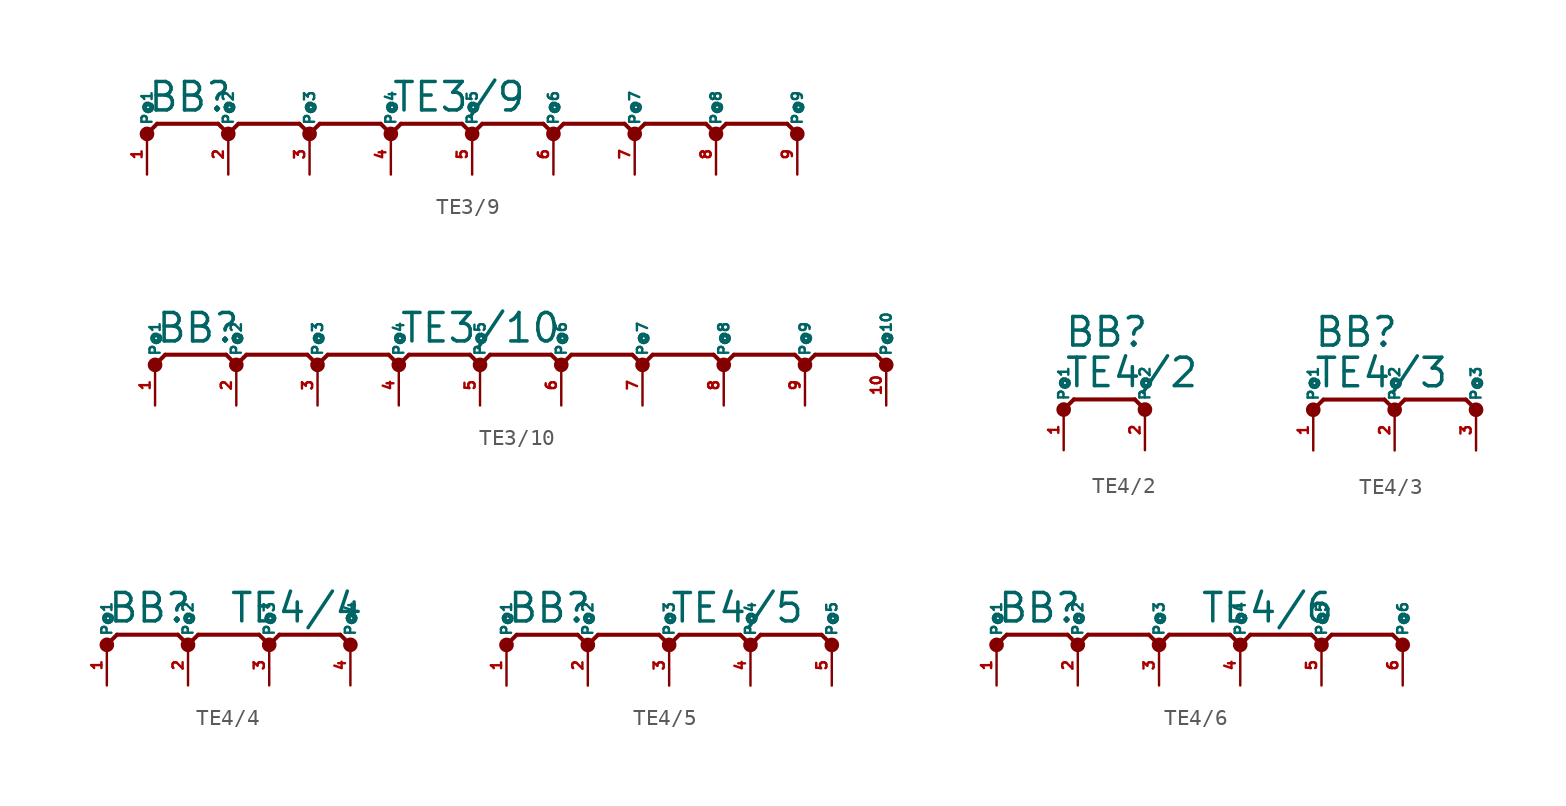
<source format=kicad_sym>
(kicad_symbol_lib
  (version 20220914)
  (generator Eagle2Kicad)
  (symbol "TE3/9"
    (property "Reference" "BB"
      (at -20.32 1.27 0)
      (effects (font (size 1.778 1.778) (thickness 0.22)) (justify left bottom)))
    (property "Value" "TE3/9"
      (at -5.08 1.27 0)
      (effects (font (size 1.778 1.778) (thickness 0.22)) (justify left bottom)))
    (polyline
      (pts (xy -15.24 0) (xy -15.875 0.635))
      (stroke (width 0.254) (type default))
      (fill (type none)))
    (polyline
      (pts (xy -15.875 0.635) (xy -19.685 0.635))
      (stroke (width 0.254) (type default))
      (fill (type none)))
    (polyline
      (pts (xy -19.685 0.635) (xy -20.32 0))
      (stroke (width 0.254) (type default))
      (fill (type none)))
    (polyline
      (pts (xy 20.32 0) (xy 19.685 0.635))
      (stroke (width 0.254) (type default))
      (fill (type none)))
    (polyline
      (pts (xy 19.685 0.635) (xy 15.875 0.635))
      (stroke (width 0.254) (type default))
      (fill (type none)))
    (polyline
      (pts (xy 15.875 0.635) (xy 15.24 0))
      (stroke (width 0.254) (type default))
      (fill (type none)))
    (polyline
      (pts (xy 15.24 0) (xy 14.605 0.635))
      (stroke (width 0.254) (type default))
      (fill (type none)))
    (polyline
      (pts (xy 14.605 0.635) (xy 10.795 0.635))
      (stroke (width 0.254) (type default))
      (fill (type none)))
    (polyline
      (pts (xy 10.795 0.635) (xy 10.16 0))
      (stroke (width 0.254) (type default))
      (fill (type none)))
    (polyline
      (pts (xy 10.16 0) (xy 9.525 0.635))
      (stroke (width 0.254) (type default))
      (fill (type none)))
    (polyline
      (pts (xy 9.525 0.635) (xy 5.715 0.635))
      (stroke (width 0.254) (type default))
      (fill (type none)))
    (polyline
      (pts (xy 5.715 0.635) (xy 5.08 0))
      (stroke (width 0.254) (type default))
      (fill (type none)))
    (polyline
      (pts (xy 5.08 0) (xy 4.445 0.635))
      (stroke (width 0.254) (type default))
      (fill (type none)))
    (polyline
      (pts (xy 4.445 0.635) (xy 0.635 0.635))
      (stroke (width 0.254) (type default))
      (fill (type none)))
    (polyline
      (pts (xy 0.635 0.635) (xy 0 0))
      (stroke (width 0.254) (type default))
      (fill (type none)))
    (polyline
      (pts (xy 0 0) (xy -0.635 0.635))
      (stroke (width 0.254) (type default))
      (fill (type none)))
    (polyline
      (pts (xy -0.635 0.635) (xy -4.445 0.635))
      (stroke (width 0.254) (type default))
      (fill (type none)))
    (polyline
      (pts (xy -4.445 0.635) (xy -5.08 0))
      (stroke (width 0.254) (type default))
      (fill (type none)))
    (polyline
      (pts (xy -5.08 0) (xy -5.715 0.635))
      (stroke (width 0.254) (type default))
      (fill (type none)))
    (polyline
      (pts (xy -5.715 0.635) (xy -9.525 0.635))
      (stroke (width 0.254) (type default))
      (fill (type none)))
    (polyline
      (pts (xy -9.525 0.635) (xy -10.16 0))
      (stroke (width 0.254) (type default))
      (fill (type none)))
    (polyline
      (pts (xy -10.16 0) (xy -10.795 0.635))
      (stroke (width 0.254) (type default))
      (fill (type none)))
    (polyline
      (pts (xy -10.795 0.635) (xy -14.605 0.635))
      (stroke (width 0.254) (type default))
      (fill (type none)))
    (polyline
      (pts (xy -14.605 0.635) (xy -15.24 0))
      (stroke (width 0.254) (type default))
      (fill (type none)))
    (circle
      (center -20.32 0)
      (radius 0.254)
      (stroke (width 0.406) (type default))
      (fill (type none)))
    (circle
      (center -15.24 0)
      (radius 0.254)
      (stroke (width 0.406) (type default))
      (fill (type none)))
    (circle
      (center -10.16 0)
      (radius 0.254)
      (stroke (width 0.406) (type default))
      (fill (type none)))
    (circle
      (center -5.08 0)
      (radius 0.254)
      (stroke (width 0.406) (type default))
      (fill (type none)))
    (circle
      (center 0 0)
      (radius 0.254)
      (stroke (width 0.406) (type default))
      (fill (type none)))
    (circle
      (center 5.08 0)
      (radius 0.254)
      (stroke (width 0.406) (type default))
      (fill (type none)))
    (circle
      (center 10.16 0)
      (radius 0.254)
      (stroke (width 0.406) (type default))
      (fill (type none)))
    (circle
      (center 15.24 0)
      (radius 0.254)
      (stroke (width 0.406) (type default))
      (fill (type none)))
    (circle
      (center 20.32 0)
      (radius 0.254)
      (stroke (width 0.406) (type default))
      (fill (type none)))
    (pin passive line
      (at -20.32 -2.54 90)
      (length 2.54)
      (name "P@1" (effects (font (size 0.635 0.635) (thickness 0.08)) (justify left bottom)))
      (number "1" (effects (font (size 0.635 0.635) (thickness 0.08)) (justify left bottom))))
    (pin passive line
      (at -15.24 -2.54 90)
      (length 2.54)
      (name "P@2" (effects (font (size 0.635 0.635) (thickness 0.08)) (justify left bottom)))
      (number "2" (effects (font (size 0.635 0.635) (thickness 0.08)) (justify left bottom))))
    (pin passive line
      (at -10.16 -2.54 90)
      (length 2.54)
      (name "P@3" (effects (font (size 0.635 0.635) (thickness 0.08)) (justify left bottom)))
      (number "3" (effects (font (size 0.635 0.635) (thickness 0.08)) (justify left bottom))))
    (pin passive line
      (at -5.08 -2.54 90)
      (length 2.54)
      (name "P@4" (effects (font (size 0.635 0.635) (thickness 0.08)) (justify left bottom)))
      (number "4" (effects (font (size 0.635 0.635) (thickness 0.08)) (justify left bottom))))
    (pin passive line
      (at 0 -2.54 90)
      (length 2.54)
      (name "P@5" (effects (font (size 0.635 0.635) (thickness 0.08)) (justify left bottom)))
      (number "5" (effects (font (size 0.635 0.635) (thickness 0.08)) (justify left bottom))))
    (pin passive line
      (at 5.08 -2.54 90)
      (length 2.54)
      (name "P@6" (effects (font (size 0.635 0.635) (thickness 0.08)) (justify left bottom)))
      (number "6" (effects (font (size 0.635 0.635) (thickness 0.08)) (justify left bottom))))
    (pin passive line
      (at 10.16 -2.54 90)
      (length 2.54)
      (name "P@7" (effects (font (size 0.635 0.635) (thickness 0.08)) (justify left bottom)))
      (number "7" (effects (font (size 0.635 0.635) (thickness 0.08)) (justify left bottom))))
    (pin passive line
      (at 15.24 -2.54 90)
      (length 2.54)
      (name "P@8" (effects (font (size 0.635 0.635) (thickness 0.08)) (justify left bottom)))
      (number "8" (effects (font (size 0.635 0.635) (thickness 0.08)) (justify left bottom))))
    (pin passive line
      (at 20.32 -2.54 90)
      (length 2.54)
      (name "P@9" (effects (font (size 0.635 0.635) (thickness 0.08)) (justify left bottom)))
      (number "9" (effects (font (size 0.635 0.635) (thickness 0.08)) (justify left bottom)))))
  (symbol "TE3/10"
    (property "Reference" "BB"
      (at -22.86 1.27 0)
      (effects (font (size 1.778 1.778) (thickness 0.22)) (justify left bottom)))
    (property "Value" "TE3/10"
      (at -7.62 1.27 0)
      (effects (font (size 1.778 1.778) (thickness 0.22)) (justify left bottom)))
    (polyline
      (pts (xy -17.78 0) (xy -18.415 0.635))
      (stroke (width 0.254) (type default))
      (fill (type none)))
    (polyline
      (pts (xy -18.415 0.635) (xy -22.225 0.635))
      (stroke (width 0.254) (type default))
      (fill (type none)))
    (polyline
      (pts (xy -22.225 0.635) (xy -22.86 0))
      (stroke (width 0.254) (type default))
      (fill (type none)))
    (polyline
      (pts (xy 22.86 0) (xy 22.225 0.635))
      (stroke (width 0.254) (type default))
      (fill (type none)))
    (polyline
      (pts (xy 22.225 0.635) (xy 18.415 0.635))
      (stroke (width 0.254) (type default))
      (fill (type none)))
    (polyline
      (pts (xy 18.415 0.635) (xy 17.78 0))
      (stroke (width 0.254) (type default))
      (fill (type none)))
    (polyline
      (pts (xy 17.78 0) (xy 17.145 0.635))
      (stroke (width 0.254) (type default))
      (fill (type none)))
    (polyline
      (pts (xy 17.145 0.635) (xy 13.335 0.635))
      (stroke (width 0.254) (type default))
      (fill (type none)))
    (polyline
      (pts (xy 13.335 0.635) (xy 12.7 0))
      (stroke (width 0.254) (type default))
      (fill (type none)))
    (polyline
      (pts (xy 12.7 0) (xy 12.065 0.635))
      (stroke (width 0.254) (type default))
      (fill (type none)))
    (polyline
      (pts (xy 12.065 0.635) (xy 8.255 0.635))
      (stroke (width 0.254) (type default))
      (fill (type none)))
    (polyline
      (pts (xy 8.255 0.635) (xy 7.62 0))
      (stroke (width 0.254) (type default))
      (fill (type none)))
    (polyline
      (pts (xy 7.62 0) (xy 6.985 0.635))
      (stroke (width 0.254) (type default))
      (fill (type none)))
    (polyline
      (pts (xy 6.985 0.635) (xy 3.175 0.635))
      (stroke (width 0.254) (type default))
      (fill (type none)))
    (polyline
      (pts (xy 3.175 0.635) (xy 2.54 0))
      (stroke (width 0.254) (type default))
      (fill (type none)))
    (polyline
      (pts (xy 2.54 0) (xy 1.905 0.635))
      (stroke (width 0.254) (type default))
      (fill (type none)))
    (polyline
      (pts (xy 1.905 0.635) (xy -1.905 0.635))
      (stroke (width 0.254) (type default))
      (fill (type none)))
    (polyline
      (pts (xy -1.905 0.635) (xy -2.54 0))
      (stroke (width 0.254) (type default))
      (fill (type none)))
    (polyline
      (pts (xy -2.54 0) (xy -3.175 0.635))
      (stroke (width 0.254) (type default))
      (fill (type none)))
    (polyline
      (pts (xy -3.175 0.635) (xy -6.985 0.635))
      (stroke (width 0.254) (type default))
      (fill (type none)))
    (polyline
      (pts (xy -6.985 0.635) (xy -7.62 0))
      (stroke (width 0.254) (type default))
      (fill (type none)))
    (polyline
      (pts (xy -7.62 0) (xy -8.255 0.635))
      (stroke (width 0.254) (type default))
      (fill (type none)))
    (polyline
      (pts (xy -8.255 0.635) (xy -12.065 0.635))
      (stroke (width 0.254) (type default))
      (fill (type none)))
    (polyline
      (pts (xy -12.065 0.635) (xy -12.7 0))
      (stroke (width 0.254) (type default))
      (fill (type none)))
    (polyline
      (pts (xy -12.7 0) (xy -13.335 0.635))
      (stroke (width 0.254) (type default))
      (fill (type none)))
    (polyline
      (pts (xy -13.335 0.635) (xy -17.145 0.635))
      (stroke (width 0.254) (type default))
      (fill (type none)))
    (polyline
      (pts (xy -17.145 0.635) (xy -17.78 0))
      (stroke (width 0.254) (type default))
      (fill (type none)))
    (circle
      (center -22.86 0)
      (radius 0.254)
      (stroke (width 0.406) (type default))
      (fill (type none)))
    (circle
      (center -17.78 0)
      (radius 0.254)
      (stroke (width 0.406) (type default))
      (fill (type none)))
    (circle
      (center -12.7 0)
      (radius 0.254)
      (stroke (width 0.406) (type default))
      (fill (type none)))
    (circle
      (center -7.62 0)
      (radius 0.254)
      (stroke (width 0.406) (type default))
      (fill (type none)))
    (circle
      (center -2.54 0)
      (radius 0.254)
      (stroke (width 0.406) (type default))
      (fill (type none)))
    (circle
      (center 2.54 0)
      (radius 0.254)
      (stroke (width 0.406) (type default))
      (fill (type none)))
    (circle
      (center 7.62 0)
      (radius 0.254)
      (stroke (width 0.406) (type default))
      (fill (type none)))
    (circle
      (center 12.7 0)
      (radius 0.254)
      (stroke (width 0.406) (type default))
      (fill (type none)))
    (circle
      (center 17.78 0)
      (radius 0.254)
      (stroke (width 0.406) (type default))
      (fill (type none)))
    (circle
      (center 22.86 0)
      (radius 0.254)
      (stroke (width 0.406) (type default))
      (fill (type none)))
    (pin passive line
      (at -22.86 -2.54 90)
      (length 2.54)
      (name "P@1" (effects (font (size 0.635 0.635) (thickness 0.08)) (justify left bottom)))
      (number "1" (effects (font (size 0.635 0.635) (thickness 0.08)) (justify left bottom))))
    (pin passive line
      (at -17.78 -2.54 90)
      (length 2.54)
      (name "P@2" (effects (font (size 0.635 0.635) (thickness 0.08)) (justify left bottom)))
      (number "2" (effects (font (size 0.635 0.635) (thickness 0.08)) (justify left bottom))))
    (pin passive line
      (at -12.7 -2.54 90)
      (length 2.54)
      (name "P@3" (effects (font (size 0.635 0.635) (thickness 0.08)) (justify left bottom)))
      (number "3" (effects (font (size 0.635 0.635) (thickness 0.08)) (justify left bottom))))
    (pin passive line
      (at -7.62 -2.54 90)
      (length 2.54)
      (name "P@4" (effects (font (size 0.635 0.635) (thickness 0.08)) (justify left bottom)))
      (number "4" (effects (font (size 0.635 0.635) (thickness 0.08)) (justify left bottom))))
    (pin passive line
      (at -2.54 -2.54 90)
      (length 2.54)
      (name "P@5" (effects (font (size 0.635 0.635) (thickness 0.08)) (justify left bottom)))
      (number "5" (effects (font (size 0.635 0.635) (thickness 0.08)) (justify left bottom))))
    (pin passive line
      (at 2.54 -2.54 90)
      (length 2.54)
      (name "P@6" (effects (font (size 0.635 0.635) (thickness 0.08)) (justify left bottom)))
      (number "6" (effects (font (size 0.635 0.635) (thickness 0.08)) (justify left bottom))))
    (pin passive line
      (at 7.62 -2.54 90)
      (length 2.54)
      (name "P@7" (effects (font (size 0.635 0.635) (thickness 0.08)) (justify left bottom)))
      (number "7" (effects (font (size 0.635 0.635) (thickness 0.08)) (justify left bottom))))
    (pin passive line
      (at 12.7 -2.54 90)
      (length 2.54)
      (name "P@8" (effects (font (size 0.635 0.635) (thickness 0.08)) (justify left bottom)))
      (number "8" (effects (font (size 0.635 0.635) (thickness 0.08)) (justify left bottom))))
    (pin passive line
      (at 17.78 -2.54 90)
      (length 2.54)
      (name "P@9" (effects (font (size 0.635 0.635) (thickness 0.08)) (justify left bottom)))
      (number "9" (effects (font (size 0.635 0.635) (thickness 0.08)) (justify left bottom))))
    (pin passive line
      (at 22.86 -2.54 90)
      (length 2.54)
      (name "P@10" (effects (font (size 0.635 0.635) (thickness 0.08)) (justify left bottom)))
      (number "10" (effects (font (size 0.635 0.635) (thickness 0.08)) (justify left bottom)))))
  (symbol "TE4/2"
    (property "Reference" "BB"
      (at -2.54 3.81 0)
      (effects (font (size 1.778 1.778) (thickness 0.22)) (justify left bottom)))
    (property "Value" "TE4/2"
      (at -2.54 1.27 0)
      (effects (font (size 1.778 1.778) (thickness 0.22)) (justify left bottom)))
    (polyline
      (pts (xy 2.54 0) (xy 1.905 0.635))
      (stroke (width 0.254) (type default))
      (fill (type none)))
    (polyline
      (pts (xy 1.905 0.635) (xy -1.905 0.635))
      (stroke (width 0.254) (type default))
      (fill (type none)))
    (polyline
      (pts (xy -1.905 0.635) (xy -2.54 0))
      (stroke (width 0.254) (type default))
      (fill (type none)))
    (circle
      (center -2.54 0)
      (radius 0.254)
      (stroke (width 0.406) (type default))
      (fill (type none)))
    (circle
      (center 2.54 0)
      (radius 0.254)
      (stroke (width 0.406) (type default))
      (fill (type none)))
    (pin passive line
      (at -2.54 -2.54 90)
      (length 2.54)
      (name "P@1" (effects (font (size 0.635 0.635) (thickness 0.08)) (justify left bottom)))
      (number "1" (effects (font (size 0.635 0.635) (thickness 0.08)) (justify left bottom))))
    (pin passive line
      (at 2.54 -2.54 90)
      (length 2.54)
      (name "P@2" (effects (font (size 0.635 0.635) (thickness 0.08)) (justify left bottom)))
      (number "2" (effects (font (size 0.635 0.635) (thickness 0.08)) (justify left bottom)))))
  (symbol "TE4/3"
    (property "Reference" "BB"
      (at -5.08 3.81 0)
      (effects (font (size 1.778 1.778) (thickness 0.22)) (justify left bottom)))
    (property "Value" "TE4/3"
      (at -5.08 1.27 0)
      (effects (font (size 1.778 1.778) (thickness 0.22)) (justify left bottom)))
    (polyline
      (pts (xy 5.08 0) (xy 4.445 0.635))
      (stroke (width 0.254) (type default))
      (fill (type none)))
    (polyline
      (pts (xy 4.445 0.635) (xy 0.635 0.635))
      (stroke (width 0.254) (type default))
      (fill (type none)))
    (polyline
      (pts (xy 0.635 0.635) (xy 0 0))
      (stroke (width 0.254) (type default))
      (fill (type none)))
    (polyline
      (pts (xy 0 0) (xy -0.635 0.635))
      (stroke (width 0.254) (type default))
      (fill (type none)))
    (polyline
      (pts (xy -0.635 0.635) (xy -4.445 0.635))
      (stroke (width 0.254) (type default))
      (fill (type none)))
    (polyline
      (pts (xy -4.445 0.635) (xy -5.08 0))
      (stroke (width 0.254) (type default))
      (fill (type none)))
    (circle
      (center -5.08 0)
      (radius 0.254)
      (stroke (width 0.406) (type default))
      (fill (type none)))
    (circle
      (center 0 0)
      (radius 0.254)
      (stroke (width 0.406) (type default))
      (fill (type none)))
    (circle
      (center 5.08 0)
      (radius 0.254)
      (stroke (width 0.406) (type default))
      (fill (type none)))
    (pin passive line
      (at -5.08 -2.54 90)
      (length 2.54)
      (name "P@1" (effects (font (size 0.635 0.635) (thickness 0.08)) (justify left bottom)))
      (number "1" (effects (font (size 0.635 0.635) (thickness 0.08)) (justify left bottom))))
    (pin passive line
      (at 0 -2.54 90)
      (length 2.54)
      (name "P@2" (effects (font (size 0.635 0.635) (thickness 0.08)) (justify left bottom)))
      (number "2" (effects (font (size 0.635 0.635) (thickness 0.08)) (justify left bottom))))
    (pin passive line
      (at 5.08 -2.54 90)
      (length 2.54)
      (name "P@3" (effects (font (size 0.635 0.635) (thickness 0.08)) (justify left bottom)))
      (number "3" (effects (font (size 0.635 0.635) (thickness 0.08)) (justify left bottom)))))
  (symbol "TE4/4"
    (property "Reference" "BB"
      (at -7.62 1.27 0)
      (effects (font (size 1.778 1.778) (thickness 0.22)) (justify left bottom)))
    (property "Value" "TE4/4"
      (at 0 1.27 0)
      (effects (font (size 1.778 1.778) (thickness 0.22)) (justify left bottom)))
    (polyline
      (pts (xy 7.62 0) (xy 6.985 0.635))
      (stroke (width 0.254) (type default))
      (fill (type none)))
    (polyline
      (pts (xy 6.985 0.635) (xy 3.175 0.635))
      (stroke (width 0.254) (type default))
      (fill (type none)))
    (polyline
      (pts (xy 3.175 0.635) (xy 2.54 0))
      (stroke (width 0.254) (type default))
      (fill (type none)))
    (polyline
      (pts (xy 2.54 0) (xy 1.905 0.635))
      (stroke (width 0.254) (type default))
      (fill (type none)))
    (polyline
      (pts (xy 1.905 0.635) (xy -1.905 0.635))
      (stroke (width 0.254) (type default))
      (fill (type none)))
    (polyline
      (pts (xy -1.905 0.635) (xy -2.54 0))
      (stroke (width 0.254) (type default))
      (fill (type none)))
    (polyline
      (pts (xy -2.54 0) (xy -3.175 0.635))
      (stroke (width 0.254) (type default))
      (fill (type none)))
    (polyline
      (pts (xy -3.175 0.635) (xy -6.985 0.635))
      (stroke (width 0.254) (type default))
      (fill (type none)))
    (polyline
      (pts (xy -6.985 0.635) (xy -7.62 0))
      (stroke (width 0.254) (type default))
      (fill (type none)))
    (circle
      (center -7.62 0)
      (radius 0.254)
      (stroke (width 0.406) (type default))
      (fill (type none)))
    (circle
      (center -2.54 0)
      (radius 0.254)
      (stroke (width 0.406) (type default))
      (fill (type none)))
    (circle
      (center 2.54 0)
      (radius 0.254)
      (stroke (width 0.406) (type default))
      (fill (type none)))
    (circle
      (center 7.62 0)
      (radius 0.254)
      (stroke (width 0.406) (type default))
      (fill (type none)))
    (pin passive line
      (at -7.62 -2.54 90)
      (length 2.54)
      (name "P@1" (effects (font (size 0.635 0.635) (thickness 0.08)) (justify left bottom)))
      (number "1" (effects (font (size 0.635 0.635) (thickness 0.08)) (justify left bottom))))
    (pin passive line
      (at -2.54 -2.54 90)
      (length 2.54)
      (name "P@2" (effects (font (size 0.635 0.635) (thickness 0.08)) (justify left bottom)))
      (number "2" (effects (font (size 0.635 0.635) (thickness 0.08)) (justify left bottom))))
    (pin passive line
      (at 2.54 -2.54 90)
      (length 2.54)
      (name "P@3" (effects (font (size 0.635 0.635) (thickness 0.08)) (justify left bottom)))
      (number "3" (effects (font (size 0.635 0.635) (thickness 0.08)) (justify left bottom))))
    (pin passive line
      (at 7.62 -2.54 90)
      (length 2.54)
      (name "P@4" (effects (font (size 0.635 0.635) (thickness 0.08)) (justify left bottom)))
      (number "4" (effects (font (size 0.635 0.635) (thickness 0.08)) (justify left bottom)))))
  (symbol "TE4/5"
    (property "Reference" "BB"
      (at -10.16 1.27 0)
      (effects (font (size 1.778 1.778) (thickness 0.22)) (justify left bottom)))
    (property "Value" "TE4/5"
      (at 0 1.27 0)
      (effects (font (size 1.778 1.778) (thickness 0.22)) (justify left bottom)))
    (polyline
      (pts (xy 5.08 0) (xy 4.445 0.635))
      (stroke (width 0.254) (type default))
      (fill (type none)))
    (polyline
      (pts (xy 4.445 0.635) (xy 0.635 0.635))
      (stroke (width 0.254) (type default))
      (fill (type none)))
    (polyline
      (pts (xy 0.635 0.635) (xy 0 0))
      (stroke (width 0.254) (type default))
      (fill (type none)))
    (polyline
      (pts (xy 0 0) (xy -0.635 0.635))
      (stroke (width 0.254) (type default))
      (fill (type none)))
    (polyline
      (pts (xy -0.635 0.635) (xy -4.445 0.635))
      (stroke (width 0.254) (type default))
      (fill (type none)))
    (polyline
      (pts (xy -4.445 0.635) (xy -5.08 0))
      (stroke (width 0.254) (type default))
      (fill (type none)))
    (polyline
      (pts (xy -5.08 0) (xy -5.715 0.635))
      (stroke (width 0.254) (type default))
      (fill (type none)))
    (polyline
      (pts (xy -5.715 0.635) (xy -9.525 0.635))
      (stroke (width 0.254) (type default))
      (fill (type none)))
    (polyline
      (pts (xy -9.525 0.635) (xy -10.16 0))
      (stroke (width 0.254) (type default))
      (fill (type none)))
    (polyline
      (pts (xy 10.16 0) (xy 9.525 0.635))
      (stroke (width 0.254) (type default))
      (fill (type none)))
    (polyline
      (pts (xy 9.525 0.635) (xy 5.715 0.635))
      (stroke (width 0.254) (type default))
      (fill (type none)))
    (polyline
      (pts (xy 5.715 0.635) (xy 5.08 0))
      (stroke (width 0.254) (type default))
      (fill (type none)))
    (circle
      (center -10.16 0)
      (radius 0.254)
      (stroke (width 0.406) (type default))
      (fill (type none)))
    (circle
      (center -5.08 0)
      (radius 0.254)
      (stroke (width 0.406) (type default))
      (fill (type none)))
    (circle
      (center 0 0)
      (radius 0.254)
      (stroke (width 0.406) (type default))
      (fill (type none)))
    (circle
      (center 5.08 0)
      (radius 0.254)
      (stroke (width 0.406) (type default))
      (fill (type none)))
    (circle
      (center 10.16 0)
      (radius 0.254)
      (stroke (width 0.406) (type default))
      (fill (type none)))
    (pin passive line
      (at -10.16 -2.54 90)
      (length 2.54)
      (name "P@1" (effects (font (size 0.635 0.635) (thickness 0.08)) (justify left bottom)))
      (number "1" (effects (font (size 0.635 0.635) (thickness 0.08)) (justify left bottom))))
    (pin passive line
      (at -5.08 -2.54 90)
      (length 2.54)
      (name "P@2" (effects (font (size 0.635 0.635) (thickness 0.08)) (justify left bottom)))
      (number "2" (effects (font (size 0.635 0.635) (thickness 0.08)) (justify left bottom))))
    (pin passive line
      (at 0 -2.54 90)
      (length 2.54)
      (name "P@3" (effects (font (size 0.635 0.635) (thickness 0.08)) (justify left bottom)))
      (number "3" (effects (font (size 0.635 0.635) (thickness 0.08)) (justify left bottom))))
    (pin passive line
      (at 5.08 -2.54 90)
      (length 2.54)
      (name "P@4" (effects (font (size 0.635 0.635) (thickness 0.08)) (justify left bottom)))
      (number "4" (effects (font (size 0.635 0.635) (thickness 0.08)) (justify left bottom))))
    (pin passive line
      (at 10.16 -2.54 90)
      (length 2.54)
      (name "P@5" (effects (font (size 0.635 0.635) (thickness 0.08)) (justify left bottom)))
      (number "5" (effects (font (size 0.635 0.635) (thickness 0.08)) (justify left bottom)))))
  (symbol "TE4/6"
    (property "Reference" "BB"
      (at -12.7 1.27 0)
      (effects (font (size 1.778 1.778) (thickness 0.22)) (justify left bottom)))
    (property "Value" "TE4/6"
      (at 0 1.27 0)
      (effects (font (size 1.778 1.778) (thickness 0.22)) (justify left bottom)))
    (polyline
      (pts (xy -7.62 0) (xy -8.255 0.635))
      (stroke (width 0.254) (type default))
      (fill (type none)))
    (polyline
      (pts (xy -8.255 0.635) (xy -12.065 0.635))
      (stroke (width 0.254) (type default))
      (fill (type none)))
    (polyline
      (pts (xy -12.065 0.635) (xy -12.7 0))
      (stroke (width 0.254) (type default))
      (fill (type none)))
    (polyline
      (pts (xy 12.7 0) (xy 12.065 0.635))
      (stroke (width 0.254) (type default))
      (fill (type none)))
    (polyline
      (pts (xy 12.065 0.635) (xy 8.255 0.635))
      (stroke (width 0.254) (type default))
      (fill (type none)))
    (polyline
      (pts (xy 8.255 0.635) (xy 7.62 0))
      (stroke (width 0.254) (type default))
      (fill (type none)))
    (polyline
      (pts (xy 7.62 0) (xy 6.985 0.635))
      (stroke (width 0.254) (type default))
      (fill (type none)))
    (polyline
      (pts (xy 6.985 0.635) (xy 3.175 0.635))
      (stroke (width 0.254) (type default))
      (fill (type none)))
    (polyline
      (pts (xy 3.175 0.635) (xy 2.54 0))
      (stroke (width 0.254) (type default))
      (fill (type none)))
    (polyline
      (pts (xy 2.54 0) (xy 1.905 0.635))
      (stroke (width 0.254) (type default))
      (fill (type none)))
    (polyline
      (pts (xy 1.905 0.635) (xy -1.905 0.635))
      (stroke (width 0.254) (type default))
      (fill (type none)))
    (polyline
      (pts (xy -1.905 0.635) (xy -2.54 0))
      (stroke (width 0.254) (type default))
      (fill (type none)))
    (polyline
      (pts (xy -2.54 0) (xy -3.175 0.635))
      (stroke (width 0.254) (type default))
      (fill (type none)))
    (polyline
      (pts (xy -3.175 0.635) (xy -6.985 0.635))
      (stroke (width 0.254) (type default))
      (fill (type none)))
    (polyline
      (pts (xy -6.985 0.635) (xy -7.62 0))
      (stroke (width 0.254) (type default))
      (fill (type none)))
    (circle
      (center -12.7 0)
      (radius 0.254)
      (stroke (width 0.406) (type default))
      (fill (type none)))
    (circle
      (center -7.62 0)
      (radius 0.254)
      (stroke (width 0.406) (type default))
      (fill (type none)))
    (circle
      (center -2.54 0)
      (radius 0.254)
      (stroke (width 0.406) (type default))
      (fill (type none)))
    (circle
      (center 2.54 0)
      (radius 0.254)
      (stroke (width 0.406) (type default))
      (fill (type none)))
    (circle
      (center 7.62 0)
      (radius 0.254)
      (stroke (width 0.406) (type default))
      (fill (type none)))
    (circle
      (center 12.7 0)
      (radius 0.254)
      (stroke (width 0.406) (type default))
      (fill (type none)))
    (pin passive line
      (at -12.7 -2.54 90)
      (length 2.54)
      (name "P@1" (effects (font (size 0.635 0.635) (thickness 0.08)) (justify left bottom)))
      (number "1" (effects (font (size 0.635 0.635) (thickness 0.08)) (justify left bottom))))
    (pin passive line
      (at -7.62 -2.54 90)
      (length 2.54)
      (name "P@2" (effects (font (size 0.635 0.635) (thickness 0.08)) (justify left bottom)))
      (number "2" (effects (font (size 0.635 0.635) (thickness 0.08)) (justify left bottom))))
    (pin passive line
      (at -2.54 -2.54 90)
      (length 2.54)
      (name "P@3" (effects (font (size 0.635 0.635) (thickness 0.08)) (justify left bottom)))
      (number "3" (effects (font (size 0.635 0.635) (thickness 0.08)) (justify left bottom))))
    (pin passive line
      (at 2.54 -2.54 90)
      (length 2.54)
      (name "P@4" (effects (font (size 0.635 0.635) (thickness 0.08)) (justify left bottom)))
      (number "4" (effects (font (size 0.635 0.635) (thickness 0.08)) (justify left bottom))))
    (pin passive line
      (at 7.62 -2.54 90)
      (length 2.54)
      (name "P@5" (effects (font (size 0.635 0.635) (thickness 0.08)) (justify left bottom)))
      (number "5" (effects (font (size 0.635 0.635) (thickness 0.08)) (justify left bottom))))
    (pin passive line
      (at 12.7 -2.54 90)
      (length 2.54)
      (name "P@6" (effects (font (size 0.635 0.635) (thickness 0.08)) (justify left bottom)))
      (number "6" (effects (font (size 0.635 0.635) (thickness 0.08)) (justify left bottom))))))
</source>
